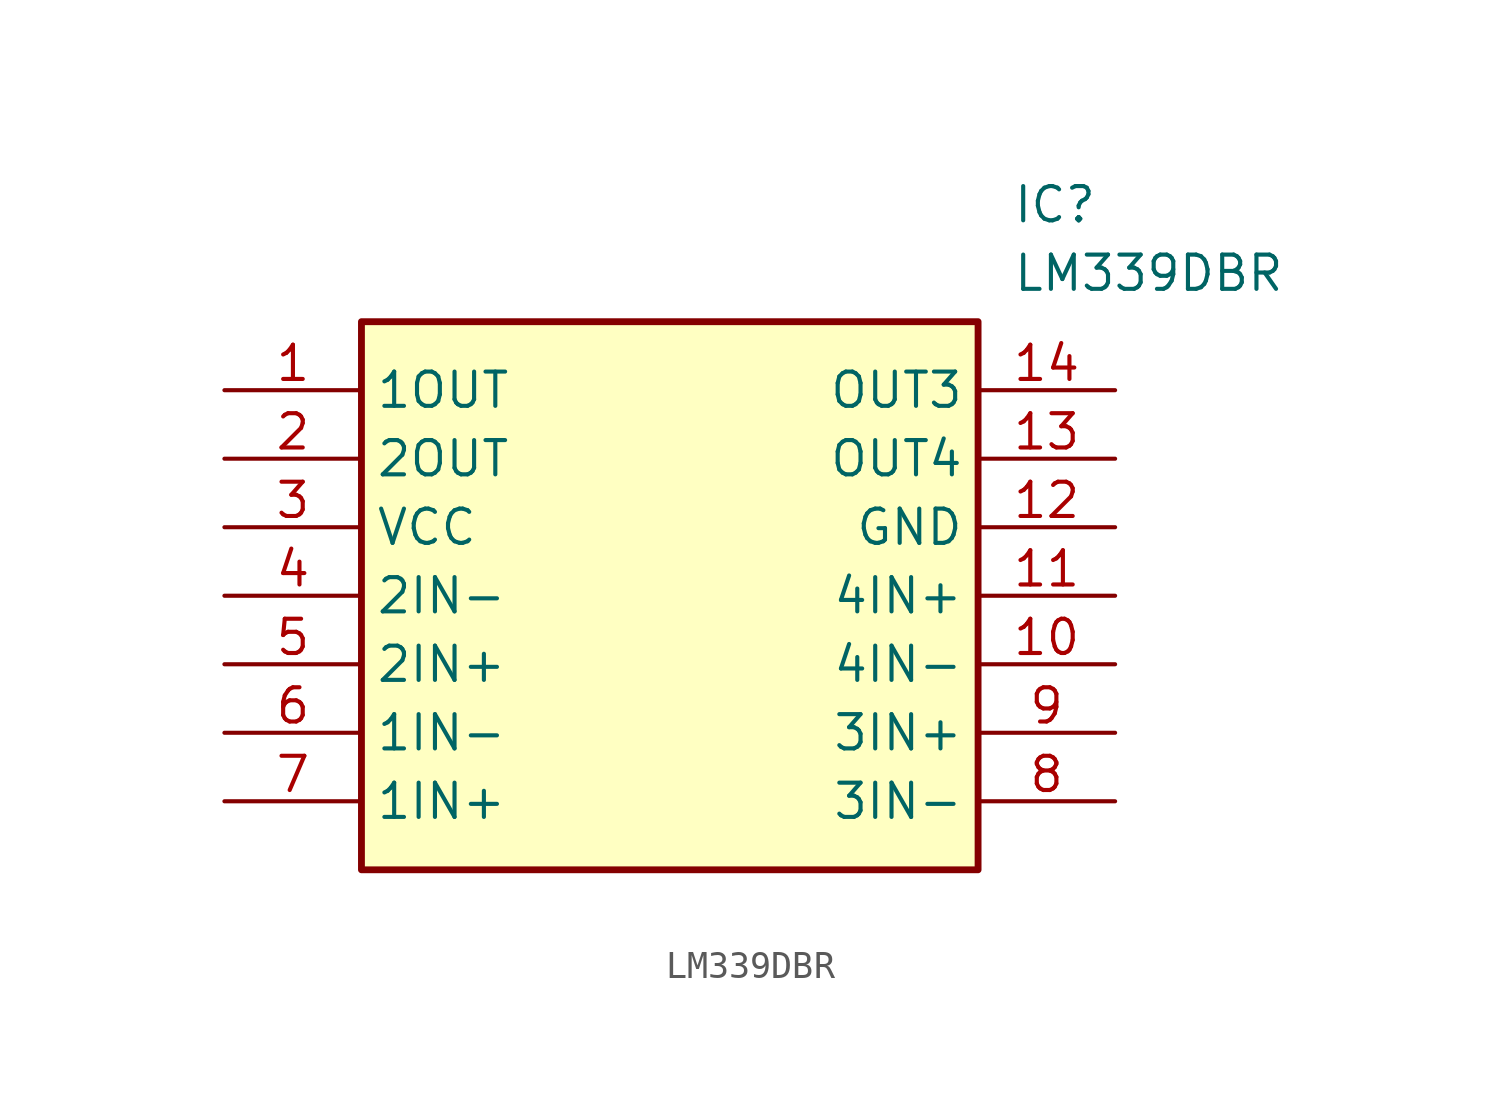
<source format=kicad_sym>
(kicad_symbol_lib
  (version 20211014)
  (generator SamacSys_ECAD_Model)
  (symbol "LM339DBR"
    (property "Reference" "IC"
      (at 29.21 7.62 0)
      (effects (font (size 1.27 1.27)) (justify left top)))
    (property "Value" "LM339DBR"
      (at 29.21 5.08 0)
      (effects (font (size 1.27 1.27)) (justify left top)))
    (rectangle
      (start 5.08 2.54)
      (end 27.94 -17.78)
      (stroke (width 0.254) (type default))
      (fill (type background)))
    (pin passive line
      (at 0 0 0)
      (length 5.08)
      (name "1OUT" (effects (font (size 1.27 1.27))))
      (number "1" (effects (font (size 1.27 1.27)))))
    (pin passive line
      (at 0 -2.54 0)
      (length 5.08)
      (name "2OUT" (effects (font (size 1.27 1.27))))
      (number "2" (effects (font (size 1.27 1.27)))))
    (pin passive line
      (at 0 -5.08 0)
      (length 5.08)
      (name "VCC" (effects (font (size 1.27 1.27))))
      (number "3" (effects (font (size 1.27 1.27)))))
    (pin passive line
      (at 0 -7.62 0)
      (length 5.08)
      (name "2IN-" (effects (font (size 1.27 1.27))))
      (number "4" (effects (font (size 1.27 1.27)))))
    (pin passive line
      (at 0 -10.16 0)
      (length 5.08)
      (name "2IN+" (effects (font (size 1.27 1.27))))
      (number "5" (effects (font (size 1.27 1.27)))))
    (pin passive line
      (at 0 -12.7 0)
      (length 5.08)
      (name "1IN-" (effects (font (size 1.27 1.27))))
      (number "6" (effects (font (size 1.27 1.27)))))
    (pin passive line
      (at 0 -15.24 0)
      (length 5.08)
      (name "1IN+" (effects (font (size 1.27 1.27))))
      (number "7" (effects (font (size 1.27 1.27)))))
    (pin passive line
      (at 33.02 0 180)
      (length 5.08)
      (name "OUT3" (effects (font (size 1.27 1.27))))
      (number "14" (effects (font (size 1.27 1.27)))))
    (pin passive line
      (at 33.02 -2.54 180)
      (length 5.08)
      (name "OUT4" (effects (font (size 1.27 1.27))))
      (number "13" (effects (font (size 1.27 1.27)))))
    (pin passive line
      (at 33.02 -5.08 180)
      (length 5.08)
      (name "GND" (effects (font (size 1.27 1.27))))
      (number "12" (effects (font (size 1.27 1.27)))))
    (pin passive line
      (at 33.02 -7.62 180)
      (length 5.08)
      (name "4IN+" (effects (font (size 1.27 1.27))))
      (number "11" (effects (font (size 1.27 1.27)))))
    (pin passive line
      (at 33.02 -10.16 180)
      (length 5.08)
      (name "4IN-" (effects (font (size 1.27 1.27))))
      (number "10" (effects (font (size 1.27 1.27)))))
    (pin passive line
      (at 33.02 -12.7 180)
      (length 5.08)
      (name "3IN+" (effects (font (size 1.27 1.27))))
      (number "9" (effects (font (size 1.27 1.27)))))
    (pin passive line
      (at 33.02 -15.24 180)
      (length 5.08)
      (name "3IN-" (effects (font (size 1.27 1.27))))
      (number "8" (effects (font (size 1.27 1.27)))))))
</source>
